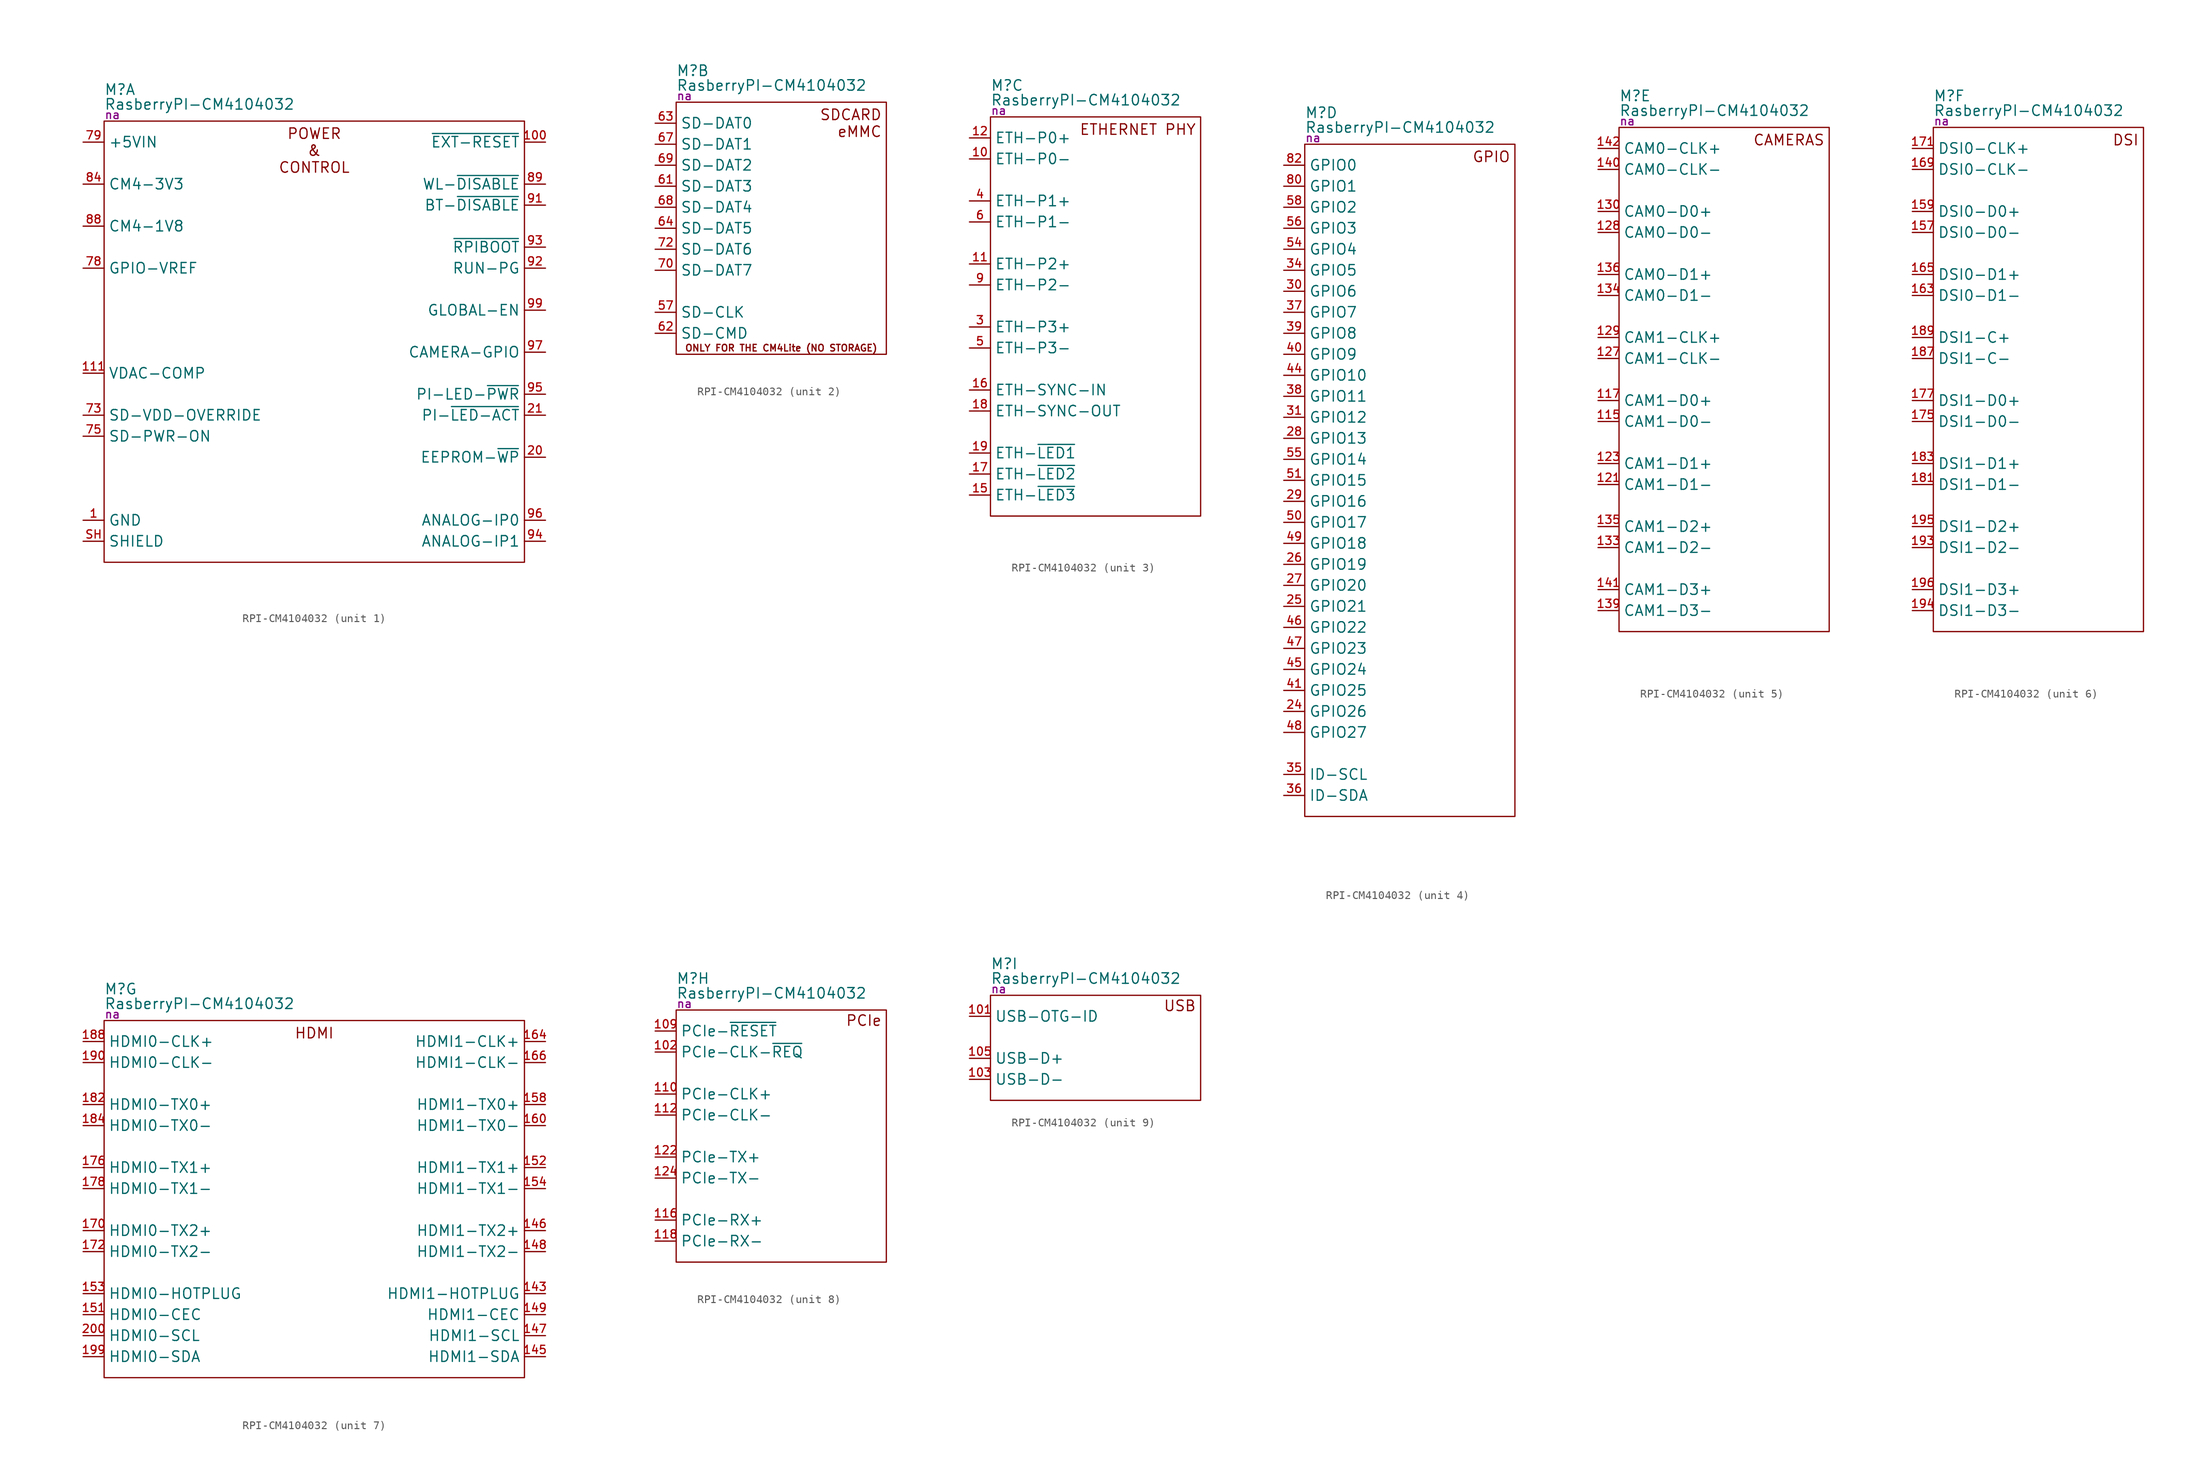
<source format=kicad_sym>
(kicad_symbol_lib
  (version 20231120)
  (generator "kicad_symbol_editor")
  (generator_version "8.0")
  (symbol "RPI-CM4104032"
    (property "Reference" "M"
      (at 0 3.81 0)
      (effects (font (size 1.27 1.27)) (justify left)))
    (property "Value" "RasberryPI-CM4104032"
      (at 0 2.032 0)
      (effects (font (size 1.27 1.27)) (justify left)))
    (property "PartNumber" "na"
      (at 0 0.762 0)
      (effects (font (size 1 1)) (justify left)))
    (property "ki_locked" ""
      (at 0 0 0)
      (effects (font (size 1.27 1.27))))
    (symbol "RPI-CM4104032_1_0"
      (pin power_in line (at -2.54 -48.26 0) (length 2.54) (name "GND" (effects (font (size 1.27 1.27)))) (number "1" (effects (font (size 0.991 0.991)))))
      (pin input line (at 53.34 -2.54 180) (length 2.54) (name "~{EXT-RESET}" (effects (font (size 1.27 1.27)))) (number "100" (effects (font (size 0.991 0.991)))))
      (pin no_connect line (at 20.32 -15.24 0) (length 2.54) hide (name "Reserved" (effects (font (size 1.27 1.27)))) (number "104" (effects (font (size 0.991 0.991)))))
      (pin no_connect line (at 20.32 -17.78 0) (length 2.54) hide (name "Reserved" (effects (font (size 1.27 1.27)))) (number "106" (effects (font (size 0.991 0.991)))))
      (pin power_in line (at -2.54 -48.26 0) (length 2.54) hide (name "GND" (effects (font (size 1.27 1.27)))) (number "107" (effects (font (size 0.991 0.991)))))
      (pin power_in line (at -2.54 -48.26 0) (length 2.54) hide (name "GND" (effects (font (size 1.27 1.27)))) (number "108" (effects (font (size 0.991 0.991)))))
      (pin bidirectional line (at -2.54 -30.48 0) (length 2.54) (name "VDAC-COMP" (effects (font (size 1.27 1.27)))) (number "111" (effects (font (size 0.991 0.991)))))
      (pin power_in line (at -2.54 -48.26 0) (length 2.54) hide (name "GND" (effects (font (size 1.27 1.27)))) (number "113" (effects (font (size 0.991 0.991)))))
      (pin power_in line (at -2.54 -48.26 0) (length 2.54) hide (name "GND" (effects (font (size 1.27 1.27)))) (number "114" (effects (font (size 0.991 0.991)))))
      (pin power_in line (at -2.54 -48.26 0) (length 2.54) hide (name "GND" (effects (font (size 1.27 1.27)))) (number "119" (effects (font (size 0.991 0.991)))))
      (pin power_in line (at -2.54 -48.26 0) (length 2.54) hide (name "GND" (effects (font (size 1.27 1.27)))) (number "120" (effects (font (size 0.991 0.991)))))
      (pin power_in line (at -2.54 -48.26 0) (length 2.54) hide (name "GND" (effects (font (size 1.27 1.27)))) (number "125" (effects (font (size 0.991 0.991)))))
      (pin power_in line (at -2.54 -48.26 0) (length 2.54) hide (name "GND" (effects (font (size 1.27 1.27)))) (number "126" (effects (font (size 0.991 0.991)))))
      (pin power_in line (at -2.54 -48.26 0) (length 2.54) hide (name "GND" (effects (font (size 1.27 1.27)))) (number "13" (effects (font (size 0.991 0.991)))))
      (pin power_in line (at -2.54 -48.26 0) (length 2.54) hide (name "GND" (effects (font (size 1.27 1.27)))) (number "131" (effects (font (size 0.991 0.991)))))
      (pin power_in line (at -2.54 -48.26 0) (length 2.54) hide (name "GND" (effects (font (size 1.27 1.27)))) (number "132" (effects (font (size 0.991 0.991)))))
      (pin power_in line (at -2.54 -48.26 0) (length 2.54) hide (name "GND" (effects (font (size 1.27 1.27)))) (number "137" (effects (font (size 0.991 0.991)))))
      (pin power_in line (at -2.54 -48.26 0) (length 2.54) hide (name "GND" (effects (font (size 1.27 1.27)))) (number "138" (effects (font (size 0.991 0.991)))))
      (pin power_in line (at -2.54 -48.26 0) (length 2.54) hide (name "GND" (effects (font (size 1.27 1.27)))) (number "14" (effects (font (size 0.991 0.991)))))
      (pin power_in line (at -2.54 -48.26 0) (length 2.54) hide (name "GND" (effects (font (size 1.27 1.27)))) (number "144" (effects (font (size 0.991 0.991)))))
      (pin power_in line (at -2.54 -48.26 0) (length 2.54) hide (name "GND" (effects (font (size 1.27 1.27)))) (number "150" (effects (font (size 0.991 0.991)))))
      (pin power_in line (at -2.54 -48.26 0) (length 2.54) hide (name "GND" (effects (font (size 1.27 1.27)))) (number "155" (effects (font (size 0.991 0.991)))))
      (pin power_in line (at -2.54 -48.26 0) (length 2.54) hide (name "GND" (effects (font (size 1.27 1.27)))) (number "156" (effects (font (size 0.991 0.991)))))
      (pin power_in line (at -2.54 -48.26 0) (length 2.54) hide (name "GND" (effects (font (size 1.27 1.27)))) (number "161" (effects (font (size 0.991 0.991)))))
      (pin power_in line (at -2.54 -48.26 0) (length 2.54) hide (name "GND" (effects (font (size 1.27 1.27)))) (number "162" (effects (font (size 0.991 0.991)))))
      (pin power_in line (at -2.54 -48.26 0) (length 2.54) hide (name "GND" (effects (font (size 1.27 1.27)))) (number "167" (effects (font (size 0.991 0.991)))))
      (pin power_in line (at -2.54 -48.26 0) (length 2.54) hide (name "GND" (effects (font (size 1.27 1.27)))) (number "168" (effects (font (size 0.991 0.991)))))
      (pin power_in line (at -2.54 -48.26 0) (length 2.54) hide (name "GND" (effects (font (size 1.27 1.27)))) (number "173" (effects (font (size 0.991 0.991)))))
      (pin power_in line (at -2.54 -48.26 0) (length 2.54) hide (name "GND" (effects (font (size 1.27 1.27)))) (number "174" (effects (font (size 0.991 0.991)))))
      (pin power_in line (at -2.54 -48.26 0) (length 2.54) hide (name "GND" (effects (font (size 1.27 1.27)))) (number "179" (effects (font (size 0.991 0.991)))))
      (pin power_in line (at -2.54 -48.26 0) (length 2.54) hide (name "GND" (effects (font (size 1.27 1.27)))) (number "180" (effects (font (size 0.991 0.991)))))
      (pin power_in line (at -2.54 -48.26 0) (length 2.54) hide (name "GND" (effects (font (size 1.27 1.27)))) (number "185" (effects (font (size 0.991 0.991)))))
      (pin power_in line (at -2.54 -48.26 0) (length 2.54) hide (name "GND" (effects (font (size 1.27 1.27)))) (number "186" (effects (font (size 0.991 0.991)))))
      (pin power_in line (at -2.54 -48.26 0) (length 2.54) hide (name "GND" (effects (font (size 1.27 1.27)))) (number "191" (effects (font (size 0.991 0.991)))))
      (pin power_in line (at -2.54 -48.26 0) (length 2.54) hide (name "GND" (effects (font (size 1.27 1.27)))) (number "192" (effects (font (size 0.991 0.991)))))
      (pin power_in line (at -2.54 -48.26 0) (length 2.54) hide (name "GND" (effects (font (size 1.27 1.27)))) (number "197" (effects (font (size 0.991 0.991)))))
      (pin power_in line (at -2.54 -48.26 0) (length 2.54) hide (name "GND" (effects (font (size 1.27 1.27)))) (number "198" (effects (font (size 0.991 0.991)))))
      (pin power_in line (at -2.54 -48.26 0) (length 2.54) hide (name "GND" (effects (font (size 1.27 1.27)))) (number "2" (effects (font (size 0.991 0.991)))))
      (pin output line (at 53.34 -40.64 180) (length 2.54) (name "EEPROM-~{WP}" (effects (font (size 1.27 1.27)))) (number "20" (effects (font (size 0.991 0.991)))))
      (pin output line (at 53.34 -35.56 180) (length 2.54) (name "PI-~{LED-ACT}" (effects (font (size 1.27 1.27)))) (number "21" (effects (font (size 0.991 0.991)))))
      (pin power_in line (at -2.54 -48.26 0) (length 2.54) hide (name "GND" (effects (font (size 1.27 1.27)))) (number "22" (effects (font (size 0.991 0.991)))))
      (pin power_in line (at -2.54 -48.26 0) (length 2.54) hide (name "GND" (effects (font (size 1.27 1.27)))) (number "23" (effects (font (size 0.991 0.991)))))
      (pin power_in line (at -2.54 -48.26 0) (length 2.54) hide (name "GND" (effects (font (size 1.27 1.27)))) (number "32" (effects (font (size 0.991 0.991)))))
      (pin power_in line (at -2.54 -48.26 0) (length 2.54) hide (name "GND" (effects (font (size 1.27 1.27)))) (number "33" (effects (font (size 0.991 0.991)))))
      (pin power_in line (at -2.54 -48.26 0) (length 2.54) hide (name "GND" (effects (font (size 1.27 1.27)))) (number "42" (effects (font (size 0.991 0.991)))))
      (pin power_in line (at -2.54 -48.26 0) (length 2.54) hide (name "GND" (effects (font (size 1.27 1.27)))) (number "43" (effects (font (size 0.991 0.991)))))
      (pin power_in line (at -2.54 -48.26 0) (length 2.54) hide (name "GND" (effects (font (size 1.27 1.27)))) (number "52" (effects (font (size 0.991 0.991)))))
      (pin power_in line (at -2.54 -48.26 0) (length 2.54) hide (name "GND" (effects (font (size 1.27 1.27)))) (number "53" (effects (font (size 0.991 0.991)))))
      (pin power_in line (at -2.54 -48.26 0) (length 2.54) hide (name "GND" (effects (font (size 1.27 1.27)))) (number "59" (effects (font (size 0.991 0.991)))))
      (pin power_in line (at -2.54 -48.26 0) (length 2.54) hide (name "GND" (effects (font (size 1.27 1.27)))) (number "60" (effects (font (size 0.991 0.991)))))
      (pin power_in line (at -2.54 -48.26 0) (length 2.54) hide (name "GND" (effects (font (size 1.27 1.27)))) (number "65" (effects (font (size 0.991 0.991)))))
      (pin power_in line (at -2.54 -48.26 0) (length 2.54) hide (name "GND" (effects (font (size 1.27 1.27)))) (number "66" (effects (font (size 0.991 0.991)))))
      (pin power_in line (at -2.54 -48.26 0) (length 2.54) hide (name "GND" (effects (font (size 1.27 1.27)))) (number "7" (effects (font (size 0.991 0.991)))))
      (pin power_in line (at -2.54 -48.26 0) (length 2.54) hide (name "GND" (effects (font (size 1.27 1.27)))) (number "71" (effects (font (size 0.991 0.991)))))
      (pin input line (at -2.54 -35.56 0) (length 2.54) (name "SD-VDD-OVERRIDE" (effects (font (size 1.27 1.27)))) (number "73" (effects (font (size 0.991 0.991)))))
      (pin power_in line (at -2.54 -48.26 0) (length 2.54) hide (name "GND" (effects (font (size 1.27 1.27)))) (number "74" (effects (font (size 0.991 0.991)))))
      (pin input line (at -2.54 -38.1 0) (length 2.54) (name "SD-PWR-ON" (effects (font (size 1.27 1.27)))) (number "75" (effects (font (size 0.991 0.991)))))
      (pin no_connect line (at 20.32 -12.7 0) (length 2.54) hide (name "Reserved" (effects (font (size 1.27 1.27)))) (number "76" (effects (font (size 0.991 0.991)))))
      (pin power_in line (at -2.54 -2.54 0) (length 2.54) hide (name "+5VIN" (effects (font (size 1.27 1.27)))) (number "77" (effects (font (size 0.991 0.991)))))
      (pin input line (at -2.54 -17.78 0) (length 2.54) (name "GPIO-VREF" (effects (font (size 1.27 1.27)))) (number "78" (effects (font (size 0.991 0.991)))))
      (pin power_in line (at -2.54 -2.54 0) (length 2.54) (name "+5VIN" (effects (font (size 1.27 1.27)))) (number "79" (effects (font (size 0.991 0.991)))))
      (pin power_in line (at -2.54 -48.26 0) (length 2.54) hide (name "GND" (effects (font (size 1.27 1.27)))) (number "8" (effects (font (size 0.991 0.991)))))
      (pin power_in line (at -2.54 -2.54 0) (length 2.54) hide (name "+5VIN" (effects (font (size 1.27 1.27)))) (number "81" (effects (font (size 0.991 0.991)))))
      (pin power_in line (at -2.54 -2.54 0) (length 2.54) hide (name "+5VIN" (effects (font (size 1.27 1.27)))) (number "83" (effects (font (size 0.991 0.991)))))
      (pin power_out line (at -2.54 -7.62 0) (length 2.54) (name "CM4-3V3" (effects (font (size 1.27 1.27)))) (number "84" (effects (font (size 0.991 0.991)))))
      (pin power_in line (at -2.54 -2.54 0) (length 2.54) hide (name "+5VIN" (effects (font (size 1.27 1.27)))) (number "85" (effects (font (size 0.991 0.991)))))
      (pin power_out line (at -2.54 -7.62 0) (length 2.54) hide (name "CM4-3V3" (effects (font (size 1.27 1.27)))) (number "86" (effects (font (size 0.991 0.991)))))
      (pin power_in line (at -2.54 -2.54 0) (length 2.54) hide (name "+5VIN" (effects (font (size 1.27 1.27)))) (number "87" (effects (font (size 0.991 0.991)))))
      (pin power_out line (at -2.54 -12.7 0) (length 2.54) (name "CM4-1V8" (effects (font (size 1.27 1.27)))) (number "88" (effects (font (size 0.991 0.991)))))
      (pin input line (at 53.34 -7.62 180) (length 2.54) (name "WL-~{DISABLE}" (effects (font (size 1.27 1.27)))) (number "89" (effects (font (size 0.991 0.991)))))
      (pin power_out line (at -2.54 -12.7 0) (length 2.54) hide (name "CM4-1V8" (effects (font (size 1.27 1.27)))) (number "90" (effects (font (size 0.991 0.991)))))
      (pin input line (at 53.34 -10.16 180) (length 2.54) (name "BT-~{DISABLE}" (effects (font (size 1.27 1.27)))) (number "91" (effects (font (size 0.991 0.991)))))
      (pin bidirectional line (at 53.34 -17.78 180) (length 2.54) (name "RUN-PG" (effects (font (size 1.27 1.27)))) (number "92" (effects (font (size 0.991 0.991)))))
      (pin input line (at 53.34 -15.24 180) (length 2.54) (name "~{RPIBOOT}" (effects (font (size 1.27 1.27)))) (number "93" (effects (font (size 0.991 0.991)))))
      (pin input line (at 53.34 -50.8 180) (length 2.54) (name "ANALOG-IP1" (effects (font (size 1.27 1.27)))) (number "94" (effects (font (size 0.991 0.991)))))
      (pin input line (at 53.34 -33.02 180) (length 2.54) (name "PI-LED-~{PWR}" (effects (font (size 1.27 1.27)))) (number "95" (effects (font (size 0.991 0.991)))))
      (pin input line (at 53.34 -48.26 180) (length 2.54) (name "ANALOG-IP0" (effects (font (size 1.27 1.27)))) (number "96" (effects (font (size 0.991 0.991)))))
      (pin input line (at 53.34 -27.94 180) (length 2.54) (name "CAMERA-GPIO" (effects (font (size 1.27 1.27)))) (number "97" (effects (font (size 0.991 0.991)))))
      (pin power_in line (at -2.54 -48.26 0) (length 2.54) hide (name "GND" (effects (font (size 1.27 1.27)))) (number "98" (effects (font (size 0.991 0.991)))))
      (pin input line (at 53.34 -22.86 180) (length 2.54) (name "GLOBAL-EN" (effects (font (size 1.27 1.27)))) (number "99" (effects (font (size 0.991 0.991)))))
      (pin power_in line (at -2.54 -50.8 0) (length 2.54) (name "SHIELD" (effects (font (size 1.27 1.27)))) (number "SH" (effects (font (size 0.991 0.991))))))
    (symbol "RPI-CM4104032_1_1"
      (rectangle (start 0 0) (end 50.8 -53.34) (stroke (width 0) (type default)) (fill (type none)))
      (text "POWER\n&\nCONTROL" (at 25.4 -3.556 0) (effects (font (size 1.27 1.27)))))
    (symbol "RPI-CM4104032_2_0"
      (pin output line (at -2.54 -25.4 0) (length 2.54) (name "SD-CLK" (effects (font (size 1.27 1.27)))) (number "57" (effects (font (size 0.991 0.991)))))
      (pin bidirectional line (at -2.54 -10.16 0) (length 2.54) (name "SD-DAT3" (effects (font (size 1.27 1.27)))) (number "61" (effects (font (size 0.991 0.991)))))
      (pin output line (at -2.54 -27.94 0) (length 2.54) (name "SD-CMD" (effects (font (size 1.27 1.27)))) (number "62" (effects (font (size 0.991 0.991)))))
      (pin bidirectional line (at -2.54 -2.54 0) (length 2.54) (name "SD-DAT0" (effects (font (size 1.27 1.27)))) (number "63" (effects (font (size 0.991 0.991)))))
      (pin bidirectional line (at -2.54 -15.24 0) (length 2.54) (name "SD-DAT5" (effects (font (size 1.27 1.27)))) (number "64" (effects (font (size 0.991 0.991)))))
      (pin bidirectional line (at -2.54 -5.08 0) (length 2.54) (name "SD-DAT1" (effects (font (size 1.27 1.27)))) (number "67" (effects (font (size 0.991 0.991)))))
      (pin bidirectional line (at -2.54 -12.7 0) (length 2.54) (name "SD-DAT4" (effects (font (size 1.27 1.27)))) (number "68" (effects (font (size 0.991 0.991)))))
      (pin bidirectional line (at -2.54 -7.62 0) (length 2.54) (name "SD-DAT2" (effects (font (size 1.27 1.27)))) (number "69" (effects (font (size 0.991 0.991)))))
      (pin bidirectional line (at -2.54 -20.32 0) (length 2.54) (name "SD-DAT7" (effects (font (size 1.27 1.27)))) (number "70" (effects (font (size 0.991 0.991)))))
      (pin bidirectional line (at -2.54 -17.78 0) (length 2.54) (name "SD-DAT6" (effects (font (size 1.27 1.27)))) (number "72" (effects (font (size 0.991 0.991))))))
    (symbol "RPI-CM4104032_2_1"
      (rectangle (start 0 0) (end 25.4 -30.48) (stroke (width 0) (type default)) (fill (type none)))
      (text "ONLY FOR THE CM4Lite (NO STORAGE)" (at 12.7 -29.718 0) (effects (font (size 0.8 0.8))))
      (text "SDCARD\neMMC" (at 24.892 -2.54 0) (effects (font (size 1.27 1.27)) (justify right))))
    (symbol "RPI-CM4104032_3_0"
      (pin bidirectional line (at -2.54 -5.08 0) (length 2.54) (name "ETH-P0-" (effects (font (size 1.27 1.27)))) (number "10" (effects (font (size 0.991 0.991)))))
      (pin bidirectional line (at -2.54 -17.78 0) (length 2.54) (name "ETH-P2+" (effects (font (size 1.27 1.27)))) (number "11" (effects (font (size 0.991 0.991)))))
      (pin bidirectional line (at -2.54 -2.54 0) (length 2.54) (name "ETH-P0+" (effects (font (size 1.27 1.27)))) (number "12" (effects (font (size 0.991 0.991)))))
      (pin output line (at -2.54 -45.72 0) (length 2.54) (name "ETH-~{LED3}" (effects (font (size 1.27 1.27)))) (number "15" (effects (font (size 0.991 0.991)))))
      (pin input line (at -2.54 -33.02 0) (length 2.54) (name "ETH-SYNC-IN" (effects (font (size 1.27 1.27)))) (number "16" (effects (font (size 0.991 0.991)))))
      (pin output line (at -2.54 -43.18 0) (length 2.54) (name "ETH-~{LED2}" (effects (font (size 1.27 1.27)))) (number "17" (effects (font (size 0.991 0.991)))))
      (pin output line (at -2.54 -35.56 0) (length 2.54) (name "ETH-SYNC-OUT" (effects (font (size 1.27 1.27)))) (number "18" (effects (font (size 0.991 0.991)))))
      (pin output line (at -2.54 -40.64 0) (length 2.54) (name "ETH-~{LED1}" (effects (font (size 1.27 1.27)))) (number "19" (effects (font (size 0.991 0.991)))))
      (pin bidirectional line (at -2.54 -25.4 0) (length 2.54) (name "ETH-P3+" (effects (font (size 1.27 1.27)))) (number "3" (effects (font (size 0.991 0.991)))))
      (pin bidirectional line (at -2.54 -10.16 0) (length 2.54) (name "ETH-P1+" (effects (font (size 1.27 1.27)))) (number "4" (effects (font (size 0.991 0.991)))))
      (pin bidirectional line (at -2.54 -27.94 0) (length 2.54) (name "ETH-P3-" (effects (font (size 1.27 1.27)))) (number "5" (effects (font (size 0.991 0.991)))))
      (pin bidirectional line (at -2.54 -12.7 0) (length 2.54) (name "ETH-P1-" (effects (font (size 1.27 1.27)))) (number "6" (effects (font (size 0.991 0.991)))))
      (pin bidirectional line (at -2.54 -20.32 0) (length 2.54) (name "ETH-P2-" (effects (font (size 1.27 1.27)))) (number "9" (effects (font (size 0.991 0.991))))))
    (symbol "RPI-CM4104032_3_1"
      (rectangle (start 0 0) (end 25.4 -48.26) (stroke (width 0) (type default)) (fill (type none)))
      (text "ETHERNET PHY" (at 24.892 -1.524 0) (effects (font (size 1.27 1.27)) (justify right))))
    (symbol "RPI-CM4104032_4_0"
      (pin bidirectional line (at -2.54 -68.58 0) (length 2.54) (name "GPIO26" (effects (font (size 1.27 1.27)))) (number "24" (effects (font (size 0.991 0.991)))) (alternate "ARM_TDI" bidirectional line) (alternate "DPI_D22" bidirectional line) (alternate "SD0_DAT2" bidirectional line) (alternate "SD1_DAT2" bidirectional line) (alternate "SPI5_CE1_N" bidirectional line))
      (pin bidirectional line (at -2.54 -55.88 0) (length 2.54) (name "GPIO21" (effects (font (size 1.27 1.27)))) (number "25" (effects (font (size 0.991 0.991)))) (alternate "DPI_D17" bidirectional line) (alternate "GPCLK1" bidirectional line) (alternate "PCM_DOUT" bidirectional line) (alternate "SD13" bidirectional line) (alternate "SPI1_SCLK" bidirectional line) (alternate "SPI6_SCLK" bidirectional line))
      (pin bidirectional line (at -2.54 -50.8 0) (length 2.54) (name "GPIO19" (effects (font (size 1.27 1.27)))) (number "26" (effects (font (size 0.991 0.991)))) (alternate "DPI_D15" bidirectional line) (alternate "PCM_FS" bidirectional line) (alternate "PWM0_1" bidirectional line) (alternate "SD11" bidirectional line) (alternate "SPI1_MISO" bidirectional line) (alternate "SPI6_MISO" bidirectional line))
      (pin bidirectional line (at -2.54 -53.34 0) (length 2.54) (name "GPIO20" (effects (font (size 1.27 1.27)))) (number "27" (effects (font (size 0.991 0.991)))) (alternate "DPI_D16" bidirectional line) (alternate "GPCLK0" bidirectional line) (alternate "PCM_DIN" bidirectional line) (alternate "SD12" bidirectional line) (alternate "SPI1_MOSI" bidirectional line) (alternate "SPI6_MOSI" bidirectional line))
      (pin bidirectional line (at -2.54 -35.56 0) (length 2.54) (name "GPIO13" (effects (font (size 1.27 1.27)))) (number "28" (effects (font (size 0.991 0.991)))) (alternate "DPI_D9" bidirectional line) (alternate "PWM0_1" bidirectional line) (alternate "RXD5" bidirectional line) (alternate "SCL5" bidirectional line) (alternate "SD5" bidirectional line) (alternate "SPI5_MISO" bidirectional line))
      (pin bidirectional line (at -2.54 -43.18 0) (length 2.54) (name "GPIO16" (effects (font (size 1.27 1.27)))) (number "29" (effects (font (size 0.991 0.991)))) (alternate "CTS0" bidirectional line) (alternate "CTS1" bidirectional line) (alternate "DPI_D12" bidirectional line) (alternate "SD8" bidirectional line) (alternate "SPI1_CE2_N" bidirectional line))
      (pin bidirectional line (at -2.54 -17.78 0) (length 2.54) (name "GPIO6" (effects (font (size 1.27 1.27)))) (number "30" (effects (font (size 0.991 0.991)))) (alternate "CTS3" bidirectional line) (alternate "DPI_D2" bidirectional line) (alternate "GPCLK2" bidirectional line) (alternate "SDA4" bidirectional line) (alternate "SOE_N/SE" bidirectional line) (alternate "SPI4_MOSI" bidirectional line))
      (pin bidirectional line (at -2.54 -33.02 0) (length 2.54) (name "GPIO12" (effects (font (size 1.27 1.27)))) (number "31" (effects (font (size 0.991 0.991)))) (alternate "DPI_D8" bidirectional line) (alternate "PWM0_0" bidirectional line) (alternate "SD4" bidirectional line) (alternate "SDA5" bidirectional line) (alternate "SPI5_CE0_N" bidirectional line) (alternate "TXD5" bidirectional line))
      (pin bidirectional line (at -2.54 -15.24 0) (length 2.54) (name "GPIO5" (effects (font (size 1.27 1.27)))) (number "34" (effects (font (size 0.991 0.991)))) (alternate "DPI_D1" bidirectional line) (alternate "GPCLK1" bidirectional line) (alternate "RXD3" bidirectional line) (alternate "SA0" bidirectional line) (alternate "SCL3" bidirectional line) (alternate "SPI4_MISO" bidirectional line))
      (pin output line (at -2.54 -76.2 0) (length 2.54) (name "ID-SCL" (effects (font (size 1.27 1.27)))) (number "35" (effects (font (size 0.991 0.991)))))
      (pin bidirectional line (at -2.54 -78.74 0) (length 2.54) (name "ID-SDA" (effects (font (size 1.27 1.27)))) (number "36" (effects (font (size 0.991 0.991)))))
      (pin bidirectional line (at -2.54 -20.32 0) (length 2.54) (name "GPIO7" (effects (font (size 1.27 1.27)))) (number "37" (effects (font (size 0.991 0.991)))) (alternate "DPI_D3" bidirectional line) (alternate "RTS3" bidirectional line) (alternate "SCL4" bidirectional line) (alternate "SPI0_CE1_N" bidirectional line) (alternate "SPI4_SCLK" bidirectional line) (alternate "SWE_N/SRW_N" bidirectional line))
      (pin bidirectional line (at -2.54 -30.48 0) (length 2.54) (name "GPIO11" (effects (font (size 1.27 1.27)))) (number "38" (effects (font (size 0.991 0.991)))) (alternate "BSCSL SCL/SCLK" bidirectional line) (alternate "DPI_D7" bidirectional line) (alternate "RTS4" bidirectional line) (alternate "SCL5" bidirectional line) (alternate "SD3" bidirectional line) (alternate "SPI0_SCLK" bidirectional line))
      (pin bidirectional line (at -2.54 -22.86 0) (length 2.54) (name "GPIO8" (effects (font (size 1.27 1.27)))) (number "39" (effects (font (size 0.991 0.991)))) (alternate "BSCSL/CE_N" bidirectional line) (alternate "DPI_D4" bidirectional line) (alternate "SD0" bidirectional line) (alternate "SDA4" bidirectional line) (alternate "SPI0_CE0_N" bidirectional line) (alternate "TXD4" bidirectional line))
      (pin bidirectional line (at -2.54 -25.4 0) (length 2.54) (name "GPIO9" (effects (font (size 1.27 1.27)))) (number "40" (effects (font (size 0.991 0.991)))) (alternate "BSCSL/MISO" bidirectional line) (alternate "DPI_D5" bidirectional line) (alternate "RXD4" bidirectional line) (alternate "SCL4" bidirectional line) (alternate "SD1" bidirectional line) (alternate "SPI0_MISO" bidirectional line))
      (pin bidirectional line (at -2.54 -66.04 0) (length 2.54) (name "GPIO25" (effects (font (size 1.27 1.27)))) (number "41" (effects (font (size 0.991 0.991)))) (alternate "ARM_TCK" bidirectional line) (alternate "DPI_D21" bidirectional line) (alternate "SD0_DAT1" bidirectional line) (alternate "SD17" bidirectional line) (alternate "SD1_DAT1" bidirectional line) (alternate "SPI4_CE1_N" bidirectional line))
      (pin bidirectional line (at -2.54 -27.94 0) (length 2.54) (name "GPIO10" (effects (font (size 1.27 1.27)))) (number "44" (effects (font (size 0.991 0.991)))) (alternate "BSCSL SDA/MOSI" bidirectional line) (alternate "CTS4" bidirectional line) (alternate "DPI_D6" bidirectional line) (alternate "SD2" bidirectional line) (alternate "SDA5" bidirectional line) (alternate "SPI0_MOSI" bidirectional line))
      (pin bidirectional line (at -2.54 -63.5 0) (length 2.54) (name "GPIO24" (effects (font (size 1.27 1.27)))) (number "45" (effects (font (size 0.991 0.991)))) (alternate "ARM_TDO" bidirectional line) (alternate "DPI_D20" bidirectional line) (alternate "SD0_DAT0" bidirectional line) (alternate "SD16" bidirectional line) (alternate "SD1_DAT0" bidirectional line) (alternate "SPI3_CE1_N" bidirectional line))
      (pin bidirectional line (at -2.54 -58.42 0) (length 2.54) (name "GPIO22" (effects (font (size 1.27 1.27)))) (number "46" (effects (font (size 0.991 0.991)))) (alternate "ARM_TRST" bidirectional line) (alternate "DPI_D18" bidirectional line) (alternate "SD0_CLK" bidirectional line) (alternate "SD14" bidirectional line) (alternate "SD1_CLK" bidirectional line) (alternate "SDA6" bidirectional line))
      (pin bidirectional line (at -2.54 -60.96 0) (length 2.54) (name "GPIO23" (effects (font (size 1.27 1.27)))) (number "47" (effects (font (size 0.991 0.991)))) (alternate "ARM_RTCK" bidirectional line) (alternate "DPI_D19" bidirectional line) (alternate "SCL6" bidirectional line) (alternate "SD0_CMD" bidirectional line) (alternate "SD15" bidirectional line) (alternate "SD1_CMD" bidirectional line))
      (pin bidirectional line (at -2.54 -71.12 0) (length 2.54) (name "GPIO27" (effects (font (size 1.27 1.27)))) (number "48" (effects (font (size 0.991 0.991)))) (alternate "ARM_TMS" bidirectional line) (alternate "DPI_D23" bidirectional line) (alternate "SD0_DAT3" bidirectional line) (alternate "SD1_DAT3" bidirectional line) (alternate "SPI6_CE1_N" bidirectional line))
      (pin bidirectional line (at -2.54 -48.26 0) (length 2.54) (name "GPIO18" (effects (font (size 1.27 1.27)))) (number "49" (effects (font (size 0.991 0.991)))) (alternate "DPI_D14" bidirectional line) (alternate "PCM_CLK" bidirectional line) (alternate "PWM0_0" bidirectional line) (alternate "SD10" bidirectional line) (alternate "SPI1_CE0_N" bidirectional line) (alternate "SPI6_CE0_N" bidirectional line))
      (pin bidirectional line (at -2.54 -45.72 0) (length 2.54) (name "GPIO17" (effects (font (size 1.27 1.27)))) (number "50" (effects (font (size 0.991 0.991)))) (alternate "DPI_D13" bidirectional line) (alternate "RTS0" bidirectional line) (alternate "RTS1" bidirectional line) (alternate "SD9" bidirectional line) (alternate "SPI1_CE1_N" bidirectional line))
      (pin bidirectional line (at -2.54 -40.64 0) (length 2.54) (name "GPIO15" (effects (font (size 1.27 1.27)))) (number "51" (effects (font (size 0.991 0.991)))) (alternate "DPI_D11" bidirectional line) (alternate "RTS5" bidirectional line) (alternate "RXD0" bidirectional line) (alternate "RXD1" bidirectional line) (alternate "SD7" bidirectional line) (alternate "SPI5_SCLK" bidirectional line))
      (pin bidirectional line (at -2.54 -12.7 0) (length 2.54) (name "GPIO4" (effects (font (size 1.27 1.27)))) (number "54" (effects (font (size 0.991 0.991)))) (alternate "DPI_D0" bidirectional line) (alternate "GPCLK0" bidirectional line) (alternate "SA1" bidirectional line) (alternate "SDA3" bidirectional line) (alternate "SPI4_CE0_N" bidirectional line) (alternate "TXD3" bidirectional line))
      (pin bidirectional line (at -2.54 -38.1 0) (length 2.54) (name "GPIO14" (effects (font (size 1.27 1.27)))) (number "55" (effects (font (size 0.991 0.991)))) (alternate "CTS5" bidirectional line) (alternate "DPI_D10" bidirectional line) (alternate "SD6" bidirectional line) (alternate "SPI5_MOSI" bidirectional line) (alternate "TXD0" bidirectional line) (alternate "TXD1" bidirectional line))
      (pin bidirectional line (at -2.54 -10.16 0) (length 2.54) (name "GPIO3" (effects (font (size 1.27 1.27)))) (number "56" (effects (font (size 0.991 0.991)))) (alternate "LCD_HSYNC" bidirectional line) (alternate "RTS2" bidirectional line) (alternate "SA2" bidirectional line) (alternate "SCL1" bidirectional line) (alternate "SCL3" bidirectional line) (alternate "SPI3_SCLK" bidirectional line))
      (pin bidirectional line (at -2.54 -7.62 0) (length 2.54) (name "GPIO2" (effects (font (size 1.27 1.27)))) (number "58" (effects (font (size 0.991 0.991)))) (alternate "CTS2" bidirectional line) (alternate "LCD_VSYNC" bidirectional line) (alternate "SA3" bidirectional line) (alternate "SDA1" bidirectional line) (alternate "SDA3" bidirectional line) (alternate "SPI3_MOSI" bidirectional line))
      (pin bidirectional line (at -2.54 -5.08 0) (length 2.54) (name "GPIO1" (effects (font (size 1.27 1.27)))) (number "80" (effects (font (size 0.991 0.991)))) (alternate "DE" bidirectional line) (alternate "RXD2" bidirectional line) (alternate "SA4" bidirectional line) (alternate "SCL0" bidirectional line) (alternate "SCL6" bidirectional line) (alternate "SPI3_MISO" bidirectional line))
      (pin bidirectional line (at -2.54 -2.54 0) (length 2.54) (name "GPIO0" (effects (font (size 1.27 1.27)))) (number "82" (effects (font (size 0.991 0.991)))) (alternate "PCLK" bidirectional line) (alternate "SA5" bidirectional line) (alternate "SDA0" bidirectional line) (alternate "SDA6" bidirectional line) (alternate "SPI3-CE0-N" bidirectional line) (alternate "TXD2" bidirectional line)))
    (symbol "RPI-CM4104032_4_1"
      (rectangle (start 0 0) (end 25.4 -81.28) (stroke (width 0) (type default)) (fill (type none)))
      (text "GPIO" (at 24.892 -1.524 0) (effects (font (size 1.27 1.27)) (justify right))))
    (symbol "RPI-CM4104032_5_0"
      (pin bidirectional line (at -2.54 -35.56 0) (length 2.54) (name "CAM1-D0-" (effects (font (size 1.27 1.27)))) (number "115" (effects (font (size 0.991 0.991)))))
      (pin bidirectional line (at -2.54 -33.02 0) (length 2.54) (name "CAM1-D0+" (effects (font (size 1.27 1.27)))) (number "117" (effects (font (size 0.991 0.991)))))
      (pin bidirectional line (at -2.54 -43.18 0) (length 2.54) (name "CAM1-D1-" (effects (font (size 1.27 1.27)))) (number "121" (effects (font (size 0.991 0.991)))))
      (pin bidirectional line (at -2.54 -40.64 0) (length 2.54) (name "CAM1-D1+" (effects (font (size 1.27 1.27)))) (number "123" (effects (font (size 0.991 0.991)))))
      (pin bidirectional line (at -2.54 -27.94 0) (length 2.54) (name "CAM1-CLK-" (effects (font (size 1.27 1.27)))) (number "127" (effects (font (size 0.991 0.991)))))
      (pin bidirectional line (at -2.54 -12.7 0) (length 2.54) (name "CAM0-D0-" (effects (font (size 1.27 1.27)))) (number "128" (effects (font (size 0.991 0.991)))))
      (pin bidirectional line (at -2.54 -25.4 0) (length 2.54) (name "CAM1-CLK+" (effects (font (size 1.27 1.27)))) (number "129" (effects (font (size 0.991 0.991)))))
      (pin bidirectional line (at -2.54 -10.16 0) (length 2.54) (name "CAM0-D0+" (effects (font (size 1.27 1.27)))) (number "130" (effects (font (size 0.991 0.991)))))
      (pin bidirectional line (at -2.54 -50.8 0) (length 2.54) (name "CAM1-D2-" (effects (font (size 1.27 1.27)))) (number "133" (effects (font (size 0.991 0.991)))))
      (pin bidirectional line (at -2.54 -20.32 0) (length 2.54) (name "CAM0-D1-" (effects (font (size 1.27 1.27)))) (number "134" (effects (font (size 0.991 0.991)))))
      (pin bidirectional line (at -2.54 -48.26 0) (length 2.54) (name "CAM1-D2+" (effects (font (size 1.27 1.27)))) (number "135" (effects (font (size 0.991 0.991)))))
      (pin bidirectional line (at -2.54 -17.78 0) (length 2.54) (name "CAM0-D1+" (effects (font (size 1.27 1.27)))) (number "136" (effects (font (size 0.991 0.991)))))
      (pin bidirectional line (at -2.54 -58.42 0) (length 2.54) (name "CAM1-D3-" (effects (font (size 1.27 1.27)))) (number "139" (effects (font (size 0.991 0.991)))))
      (pin bidirectional line (at -2.54 -5.08 0) (length 2.54) (name "CAM0-CLK-" (effects (font (size 1.27 1.27)))) (number "140" (effects (font (size 0.991 0.991)))))
      (pin bidirectional line (at -2.54 -55.88 0) (length 2.54) (name "CAM1-D3+" (effects (font (size 1.27 1.27)))) (number "141" (effects (font (size 0.991 0.991)))))
      (pin bidirectional line (at -2.54 -2.54 0) (length 2.54) (name "CAM0-CLK+" (effects (font (size 1.27 1.27)))) (number "142" (effects (font (size 0.991 0.991))))))
    (symbol "RPI-CM4104032_5_1"
      (rectangle (start 0 0) (end 25.4 -60.96) (stroke (width 0) (type default)) (fill (type none)))
      (text "CAMERAS" (at 24.892 -1.524 0) (effects (font (size 1.27 1.27)) (justify right))))
    (symbol "RPI-CM4104032_6_0"
      (pin bidirectional line (at -2.54 -12.7 0) (length 2.54) (name "DSI0-D0-" (effects (font (size 1.27 1.27)))) (number "157" (effects (font (size 0.991 0.991)))))
      (pin bidirectional line (at -2.54 -10.16 0) (length 2.54) (name "DSI0-D0+" (effects (font (size 1.27 1.27)))) (number "159" (effects (font (size 0.991 0.991)))))
      (pin bidirectional line (at -2.54 -20.32 0) (length 2.54) (name "DSI0-D1-" (effects (font (size 1.27 1.27)))) (number "163" (effects (font (size 0.991 0.991)))))
      (pin bidirectional line (at -2.54 -17.78 0) (length 2.54) (name "DSI0-D1+" (effects (font (size 1.27 1.27)))) (number "165" (effects (font (size 0.991 0.991)))))
      (pin output line (at -2.54 -5.08 0) (length 2.54) (name "DSI0-CLK-" (effects (font (size 1.27 1.27)))) (number "169" (effects (font (size 0.991 0.991)))))
      (pin output line (at -2.54 -2.54 0) (length 2.54) (name "DSI0-CLK+" (effects (font (size 1.27 1.27)))) (number "171" (effects (font (size 0.991 0.991)))))
      (pin bidirectional line (at -2.54 -35.56 0) (length 2.54) (name "DSI1-D0-" (effects (font (size 1.27 1.27)))) (number "175" (effects (font (size 0.991 0.991)))))
      (pin bidirectional line (at -2.54 -33.02 0) (length 2.54) (name "DSI1-D0+" (effects (font (size 1.27 1.27)))) (number "177" (effects (font (size 0.991 0.991)))))
      (pin bidirectional line (at -2.54 -43.18 0) (length 2.54) (name "DSI1-D1-" (effects (font (size 1.27 1.27)))) (number "181" (effects (font (size 0.991 0.991)))))
      (pin bidirectional line (at -2.54 -40.64 0) (length 2.54) (name "DSI1-D1+" (effects (font (size 1.27 1.27)))) (number "183" (effects (font (size 0.991 0.991)))))
      (pin output line (at -2.54 -27.94 0) (length 2.54) (name "DSI1-C-" (effects (font (size 1.27 1.27)))) (number "187" (effects (font (size 0.991 0.991)))))
      (pin output line (at -2.54 -25.4 0) (length 2.54) (name "DSI1-C+" (effects (font (size 1.27 1.27)))) (number "189" (effects (font (size 0.991 0.991)))))
      (pin bidirectional line (at -2.54 -50.8 0) (length 2.54) (name "DSI1-D2-" (effects (font (size 1.27 1.27)))) (number "193" (effects (font (size 0.991 0.991)))))
      (pin bidirectional line (at -2.54 -58.42 0) (length 2.54) (name "DSI1-D3-" (effects (font (size 1.27 1.27)))) (number "194" (effects (font (size 0.991 0.991)))))
      (pin bidirectional line (at -2.54 -48.26 0) (length 2.54) (name "DSI1-D2+" (effects (font (size 1.27 1.27)))) (number "195" (effects (font (size 0.991 0.991)))))
      (pin bidirectional line (at -2.54 -55.88 0) (length 2.54) (name "DSI1-D3+" (effects (font (size 1.27 1.27)))) (number "196" (effects (font (size 0.991 0.991))))))
    (symbol "RPI-CM4104032_6_1"
      (rectangle (start 0 0) (end 25.4 -60.96) (stroke (width 0) (type default)) (fill (type none)))
      (text "DSI" (at 24.892 -1.524 0) (effects (font (size 1.27 1.27)) (justify right))))
    (symbol "RPI-CM4104032_7_0"
      (pin input line (at 53.34 -33.02 180) (length 2.54) (name "HDMI1-HOTPLUG" (effects (font (size 1.27 1.27)))) (number "143" (effects (font (size 0.991 0.991)))))
      (pin bidirectional line (at 53.34 -40.64 180) (length 2.54) (name "HDMI1-SDA" (effects (font (size 1.27 1.27)))) (number "145" (effects (font (size 0.991 0.991)))))
      (pin bidirectional line (at 53.34 -25.4 180) (length 2.54) (name "HDMI1-TX2+" (effects (font (size 1.27 1.27)))) (number "146" (effects (font (size 0.991 0.991)))))
      (pin bidirectional line (at 53.34 -38.1 180) (length 2.54) (name "HDMI1-SCL" (effects (font (size 1.27 1.27)))) (number "147" (effects (font (size 0.991 0.991)))))
      (pin bidirectional line (at 53.34 -27.94 180) (length 2.54) (name "HDMI1-TX2-" (effects (font (size 1.27 1.27)))) (number "148" (effects (font (size 0.991 0.991)))))
      (pin bidirectional line (at 53.34 -35.56 180) (length 2.54) (name "HDMI1-CEC" (effects (font (size 1.27 1.27)))) (number "149" (effects (font (size 0.991 0.991)))))
      (pin bidirectional line (at -2.54 -35.56 0) (length 2.54) (name "HDMI0-CEC" (effects (font (size 1.27 1.27)))) (number "151" (effects (font (size 0.991 0.991)))))
      (pin bidirectional line (at 53.34 -17.78 180) (length 2.54) (name "HDMI1-TX1+" (effects (font (size 1.27 1.27)))) (number "152" (effects (font (size 0.991 0.991)))))
      (pin input line (at -2.54 -33.02 0) (length 2.54) (name "HDMI0-HOTPLUG" (effects (font (size 1.27 1.27)))) (number "153" (effects (font (size 0.991 0.991)))))
      (pin bidirectional line (at 53.34 -20.32 180) (length 2.54) (name "HDMI1-TX1-" (effects (font (size 1.27 1.27)))) (number "154" (effects (font (size 0.991 0.991)))))
      (pin bidirectional line (at 53.34 -10.16 180) (length 2.54) (name "HDMI1-TX0+" (effects (font (size 1.27 1.27)))) (number "158" (effects (font (size 0.991 0.991)))))
      (pin bidirectional line (at 53.34 -12.7 180) (length 2.54) (name "HDMI1-TX0-" (effects (font (size 1.27 1.27)))) (number "160" (effects (font (size 0.991 0.991)))))
      (pin bidirectional line (at 53.34 -2.54 180) (length 2.54) (name "HDMI1-CLK+" (effects (font (size 1.27 1.27)))) (number "164" (effects (font (size 0.991 0.991)))))
      (pin bidirectional line (at 53.34 -5.08 180) (length 2.54) (name "HDMI1-CLK-" (effects (font (size 1.27 1.27)))) (number "166" (effects (font (size 0.991 0.991)))))
      (pin bidirectional line (at -2.54 -25.4 0) (length 2.54) (name "HDMI0-TX2+" (effects (font (size 1.27 1.27)))) (number "170" (effects (font (size 0.991 0.991)))))
      (pin bidirectional line (at -2.54 -27.94 0) (length 2.54) (name "HDMI0-TX2-" (effects (font (size 1.27 1.27)))) (number "172" (effects (font (size 0.991 0.991)))))
      (pin bidirectional line (at -2.54 -17.78 0) (length 2.54) (name "HDMI0-TX1+" (effects (font (size 1.27 1.27)))) (number "176" (effects (font (size 0.991 0.991)))))
      (pin bidirectional line (at -2.54 -20.32 0) (length 2.54) (name "HDMI0-TX1-" (effects (font (size 1.27 1.27)))) (number "178" (effects (font (size 0.991 0.991)))))
      (pin bidirectional line (at -2.54 -10.16 0) (length 2.54) (name "HDMI0-TX0+" (effects (font (size 1.27 1.27)))) (number "182" (effects (font (size 0.991 0.991)))))
      (pin bidirectional line (at -2.54 -12.7 0) (length 2.54) (name "HDMI0-TX0-" (effects (font (size 1.27 1.27)))) (number "184" (effects (font (size 0.991 0.991)))))
      (pin bidirectional line (at -2.54 -2.54 0) (length 2.54) (name "HDMI0-CLK+" (effects (font (size 1.27 1.27)))) (number "188" (effects (font (size 0.991 0.991)))))
      (pin bidirectional line (at -2.54 -5.08 0) (length 2.54) (name "HDMI0-CLK-" (effects (font (size 1.27 1.27)))) (number "190" (effects (font (size 0.991 0.991)))))
      (pin bidirectional line (at -2.54 -40.64 0) (length 2.54) (name "HDMI0-SDA" (effects (font (size 1.27 1.27)))) (number "199" (effects (font (size 0.991 0.991)))))
      (pin bidirectional line (at -2.54 -38.1 0) (length 2.54) (name "HDMI0-SCL" (effects (font (size 1.27 1.27)))) (number "200" (effects (font (size 0.991 0.991))))))
    (symbol "RPI-CM4104032_7_1"
      (rectangle (start 0 0) (end 50.8 -43.18) (stroke (width 0) (type default)) (fill (type none)))
      (text "HDMI" (at 25.4 -1.524 0) (effects (font (size 1.27 1.27)))))
    (symbol "RPI-CM4104032_8_0"
      (pin bidirectional line (at -2.54 -5.08 0) (length 2.54) (name "PCIe-CLK-~{REQ}" (effects (font (size 1.27 1.27)))) (number "102" (effects (font (size 0.991 0.991)))))
      (pin output line (at -2.54 -2.54 0) (length 2.54) (name "PCIe-~{RESET}" (effects (font (size 1.27 1.27)))) (number "109" (effects (font (size 0.991 0.991)))))
      (pin output line (at -2.54 -10.16 0) (length 2.54) (name "PCIe-CLK+" (effects (font (size 1.27 1.27)))) (number "110" (effects (font (size 0.991 0.991)))))
      (pin output line (at -2.54 -12.7 0) (length 2.54) (name "PCIe-CLK-" (effects (font (size 1.27 1.27)))) (number "112" (effects (font (size 0.991 0.991)))))
      (pin bidirectional line (at -2.54 -25.4 0) (length 2.54) (name "PCIe-RX+" (effects (font (size 1.27 1.27)))) (number "116" (effects (font (size 0.991 0.991)))))
      (pin bidirectional line (at -2.54 -27.94 0) (length 2.54) (name "PCIe-RX-" (effects (font (size 1.27 1.27)))) (number "118" (effects (font (size 0.991 0.991)))))
      (pin bidirectional line (at -2.54 -17.78 0) (length 2.54) (name "PCIe-TX+" (effects (font (size 1.27 1.27)))) (number "122" (effects (font (size 0.991 0.991)))))
      (pin bidirectional line (at -2.54 -20.32 0) (length 2.54) (name "PCIe-TX-" (effects (font (size 1.27 1.27)))) (number "124" (effects (font (size 0.991 0.991))))))
    (symbol "RPI-CM4104032_8_1"
      (rectangle (start 0 0) (end 25.4 -30.48) (stroke (width 0) (type default)) (fill (type none)))
      (text "PCIe" (at 24.892 -1.27 0) (effects (font (size 1.27 1.27)) (justify right))))
    (symbol "RPI-CM4104032_9_0"
      (pin input line (at -2.54 -2.54 0) (length 2.54) (name "USB-OTG-ID" (effects (font (size 1.27 1.27)))) (number "101" (effects (font (size 0.991 0.991)))))
      (pin bidirectional line (at -2.54 -10.16 0) (length 2.54) (name "USB-D-" (effects (font (size 1.27 1.27)))) (number "103" (effects (font (size 0.991 0.991)))))
      (pin bidirectional line (at -2.54 -7.62 0) (length 2.54) (name "USB-D+" (effects (font (size 1.27 1.27)))) (number "105" (effects (font (size 0.991 0.991))))))
    (symbol "RPI-CM4104032_9_1"
      (rectangle (start 0 0) (end 25.4 -12.7) (stroke (width 0) (type default)) (fill (type none)))
      (text "USB" (at 24.892 -1.27 0) (effects (font (size 1.27 1.27)) (justify right))))))
</source>
